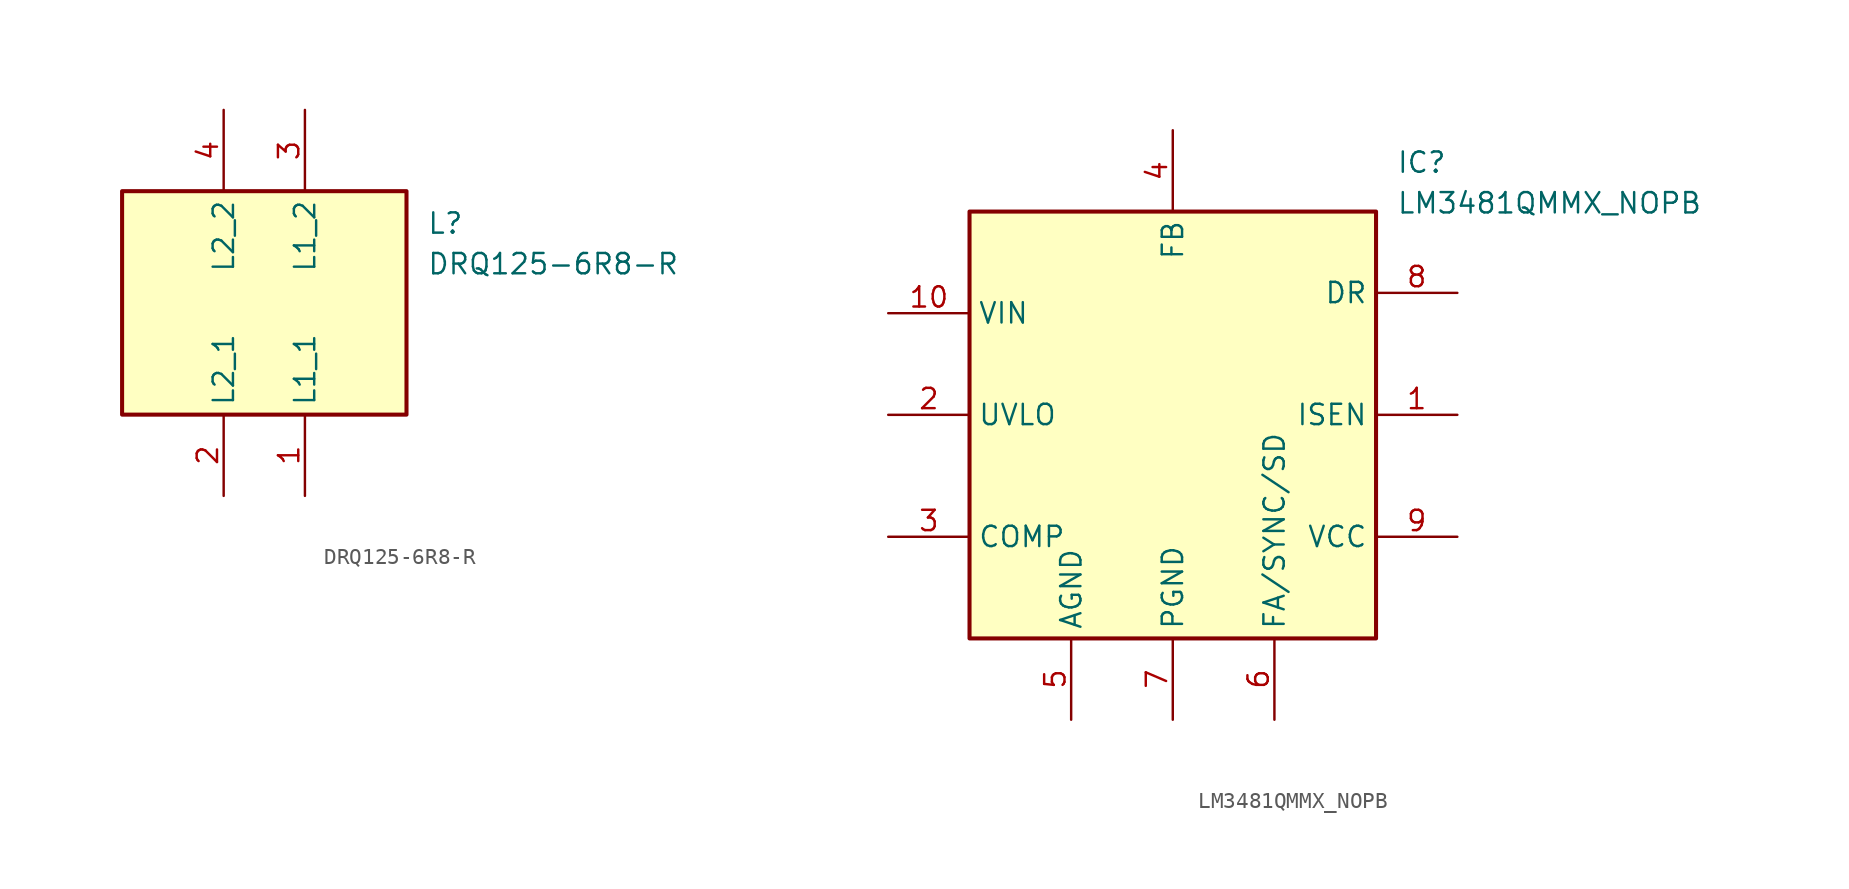
<source format=kicad_sym>
(kicad_symbol_lib
  (version 20231120)
  (generator "kicad_symbol_editor")
  (generator_version "8.0")
  (symbol "DRQ125-6R8-R"
    (property "Reference" "L"
      (at 24.13 7.62 0)
      (effects (font (size 1.27 1.27)) (justify left top)))
    (property "Value" "DRQ125-6R8-R"
      (at 24.13 5.08 0)
      (effects (font (size 1.27 1.27)) (justify left top)))
    (symbol "DRQ125-6R8-R_1_1"
      (rectangle (start 5.08 8.89) (end 22.86 -5.08) (stroke (width 0.254) (type default)) (fill (type background)))
      (pin passive line (at 16.51 -10.16 90) (length 5.08) (name "L1_1" (effects (font (size 1.27 1.27)))) (number "1" (effects (font (size 1.27 1.27)))))
      (pin passive line (at 11.43 -10.16 90) (length 5.08) (name "L2_1" (effects (font (size 1.27 1.27)))) (number "2" (effects (font (size 1.27 1.27)))))
      (pin passive line (at 16.51 13.97 270) (length 5.08) (name "L1_2" (effects (font (size 1.27 1.27)))) (number "3" (effects (font (size 1.27 1.27)))))
      (pin passive line (at 11.43 13.97 270) (length 5.08) (name "L2_2" (effects (font (size 1.27 1.27)))) (number "4" (effects (font (size 1.27 1.27)))))))
  (symbol "LM3481QMMX_NOPB"
    (property "Reference" "IC"
      (at 31.75 7.62 0)
      (effects (font (size 1.27 1.27)) (justify left top)))
    (property "Value" "LM3481QMMX_NOPB"
      (at 31.75 5.08 0)
      (effects (font (size 1.27 1.27)) (justify left top)))
    (symbol "LM3481QMMX_NOPB_1_1"
      (rectangle (start 5.08 3.81) (end 30.48 -22.86) (stroke (width 0.254) (type default)) (fill (type background)))
      (pin passive line (at 35.56 -8.89 180) (length 5.08) (name "ISEN" (effects (font (size 1.27 1.27)))) (number "1" (effects (font (size 1.27 1.27)))))
      (pin passive line (at 0 -2.54 0) (length 5.08) (name "VIN" (effects (font (size 1.27 1.27)))) (number "10" (effects (font (size 1.27 1.27)))))
      (pin passive line (at 0 -8.89 0) (length 5.08) (name "UVLO" (effects (font (size 1.27 1.27)))) (number "2" (effects (font (size 1.27 1.27)))))
      (pin passive line (at 0 -16.51 0) (length 5.08) (name "COMP" (effects (font (size 1.27 1.27)))) (number "3" (effects (font (size 1.27 1.27)))))
      (pin passive line (at 17.78 8.89 270) (length 5.08) (name "FB" (effects (font (size 1.27 1.27)))) (number "4" (effects (font (size 1.27 1.27)))))
      (pin passive line (at 11.43 -27.94 90) (length 5.08) (name "AGND" (effects (font (size 1.27 1.27)))) (number "5" (effects (font (size 1.27 1.27)))))
      (pin passive line (at 24.13 -27.94 90) (length 5.08) (name "FA/SYNC/SD" (effects (font (size 1.27 1.27)))) (number "6" (effects (font (size 1.27 1.27)))))
      (pin passive line (at 17.78 -27.94 90) (length 5.08) (name "PGND" (effects (font (size 1.27 1.27)))) (number "7" (effects (font (size 1.27 1.27)))))
      (pin passive line (at 35.56 -1.27 180) (length 5.08) (name "DR" (effects (font (size 1.27 1.27)))) (number "8" (effects (font (size 1.27 1.27)))))
      (pin passive line (at 35.56 -16.51 180) (length 5.08) (name "VCC" (effects (font (size 1.27 1.27)))) (number "9" (effects (font (size 1.27 1.27))))))))
</source>
